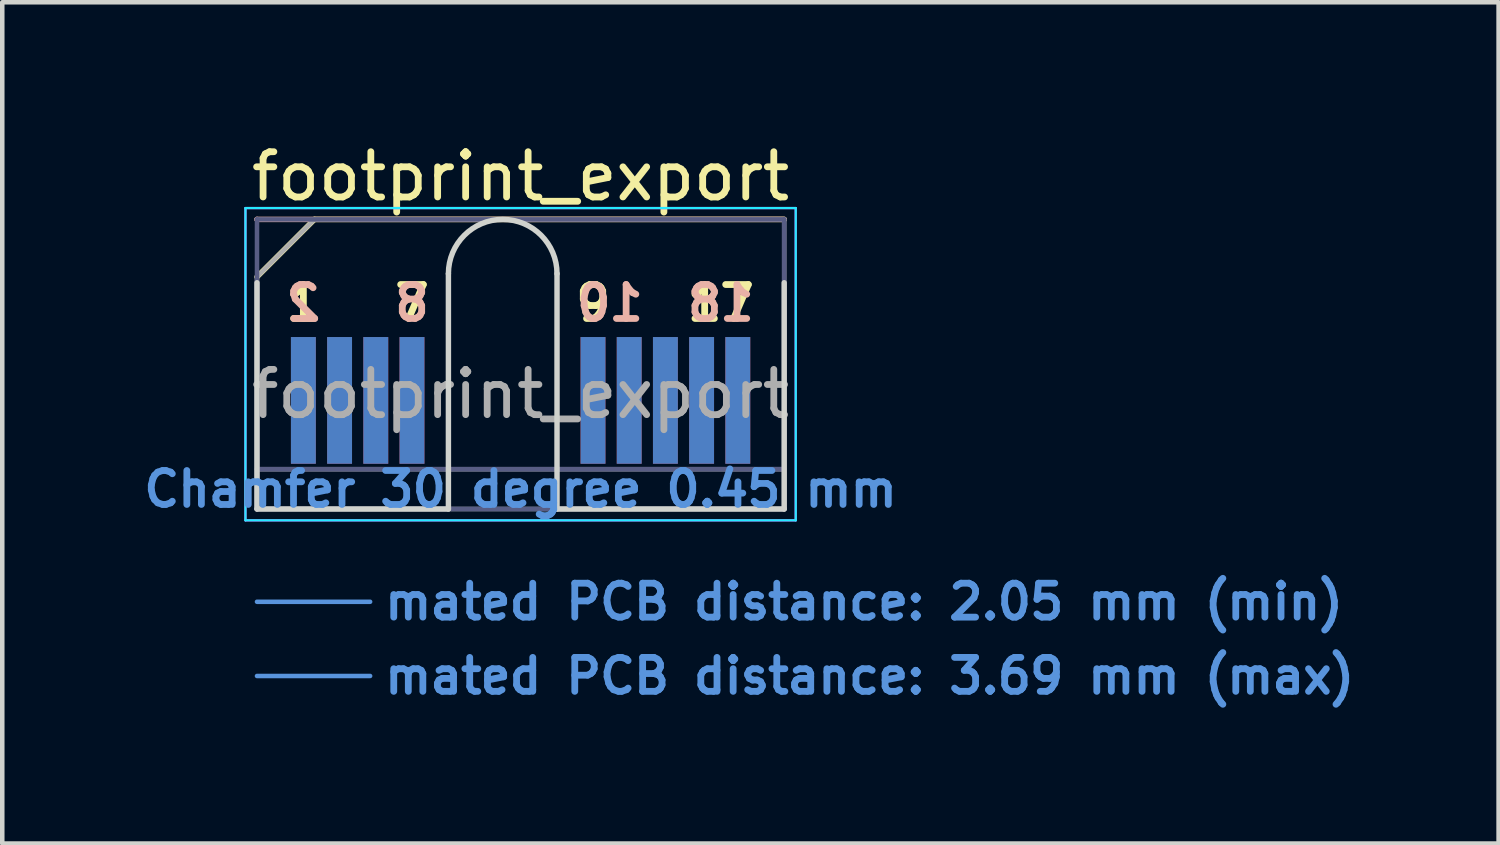
<source format=kicad_pcb>
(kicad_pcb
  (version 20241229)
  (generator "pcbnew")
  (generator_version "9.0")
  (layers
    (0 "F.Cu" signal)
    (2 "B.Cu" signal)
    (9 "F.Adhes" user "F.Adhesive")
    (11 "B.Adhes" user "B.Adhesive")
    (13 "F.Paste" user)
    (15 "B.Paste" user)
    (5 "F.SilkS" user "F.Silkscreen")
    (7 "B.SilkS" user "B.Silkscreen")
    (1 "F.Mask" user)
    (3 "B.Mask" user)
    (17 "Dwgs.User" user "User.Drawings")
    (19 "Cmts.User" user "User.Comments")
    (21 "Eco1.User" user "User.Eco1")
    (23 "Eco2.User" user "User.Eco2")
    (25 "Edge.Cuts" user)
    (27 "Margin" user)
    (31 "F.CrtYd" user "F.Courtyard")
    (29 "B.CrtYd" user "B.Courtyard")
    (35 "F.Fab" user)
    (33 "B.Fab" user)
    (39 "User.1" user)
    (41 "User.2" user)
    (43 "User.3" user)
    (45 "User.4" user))
  (footprint "footprint_export"
    (layer "F.Cu")
    (at 8.454 8.198)
    (property "Reference" "footprint_export" (at 0 -7.35 0) (layer "F.SilkS") (effects (font (size 1 1) (thickness 0.15))))
    (attr exclude_from_pos_files exclude_from_bom)
    (fp_line (start -5.825 -5.13) (end -4.555 -6.4) (stroke (width 0.12) (type solid)) (layer "F.SilkS"))
    (fp_line (start -4.555 -6.4) (end 5.825 -6.4) (stroke (width 0.12) (type solid)) (layer "F.SilkS"))
    (fp_line (start -5.825 -6.4) (end -5.825 -6.4) (stroke (width 0.12) (type solid)) (layer "B.SilkS"))
    (fp_line (start -5.825 -6.4) (end 5.825 -6.4) (stroke (width 0.12) (type solid)) (layer "B.SilkS"))
    (fp_line (start -5.825 2.05) (end -3.325 2.05) (stroke (width 0.1) (type solid)) (layer "Cmts.User"))
    (fp_line (start -5.825 3.69) (end -3.325 3.69) (stroke (width 0.1) (type solid)) (layer "Cmts.User"))
    (fp_line (start -5.825 -5) (end -5.825 0) (stroke (width 0.12) (type solid)) (layer "Edge.Cuts"))
    (fp_line (start -5.825 0) (end -1.595 0) (stroke (width 0.12) (type solid)) (layer "Edge.Cuts"))
    (fp_line (start -1.595 0) (end -1.595 -5.2) (stroke (width 0.12) (type solid)) (layer "Edge.Cuts"))
    (fp_line (start 0.805 -5.2) (end 0.805 0) (stroke (width 0.12) (type solid)) (layer "Edge.Cuts"))
    (fp_line (start 0.805 0) (end 5.825 0) (stroke (width 0.12) (type solid)) (layer "Edge.Cuts"))
    (fp_line (start 5.825 0) (end 5.825 -5) (stroke (width 0.12) (type solid)) (layer "Edge.Cuts"))
    (fp_arc (start -1.595 -5.2) (mid -0.395 -6.4) (end 0.805 -5.2) (stroke (width 0.12) (type solid)) (layer "Edge.Cuts"))
    (fp_line (start -6.08 -6.65) (end -6.08 0.25) (stroke (width 0.05) (type solid)) (layer "B.CrtYd"))
    (fp_line (start -6.08 0.25) (end 6.08 0.25) (stroke (width 0.05) (type solid)) (layer "B.CrtYd"))
    (fp_line (start 6.08 -6.65) (end -6.08 -6.65) (stroke (width 0.05) (type solid)) (layer "B.CrtYd"))
    (fp_line (start 6.08 0.25) (end 6.08 -6.65) (stroke (width 0.05) (type solid)) (layer "B.CrtYd"))
    (fp_line (start -6.08 -6.65) (end -6.08 0.25) (stroke (width 0.05) (type solid)) (layer "F.CrtYd"))
    (fp_line (start -6.08 0.25) (end 6.08 0.25) (stroke (width 0.05) (type solid)) (layer "F.CrtYd"))
    (fp_line (start 6.08 -6.65) (end -6.08 -6.65) (stroke (width 0.05) (type solid)) (layer "F.CrtYd"))
    (fp_line (start 6.08 0.25) (end 6.08 -6.65) (stroke (width 0.05) (type solid)) (layer "F.CrtYd"))
    (fp_line (start -5.825 -6.4) (end -5.825 -6.4) (stroke (width 0.1) (type solid)) (layer "B.Fab"))
    (fp_line (start -5.825 -6.4) (end -5.825 0) (stroke (width 0.1) (type solid)) (layer "B.Fab"))
    (fp_line (start -5.825 -6.4) (end 5.825 -6.4) (stroke (width 0.1) (type solid)) (layer "B.Fab"))
    (fp_line (start -5.825 -0.88) (end 5.825 -0.88) (stroke (width 0.1) (type solid)) (layer "B.Fab"))
    (fp_line (start -5.825 0) (end 5.825 0) (stroke (width 0.1) (type solid)) (layer "B.Fab"))
    (fp_line (start 5.825 -6.4) (end 5.825 0) (stroke (width 0.1) (type solid)) (layer "B.Fab"))
    (fp_line (start -5.825 -5.13) (end -5.825 0) (stroke (width 0.1) (type solid)) (layer "F.Fab"))
    (fp_line (start -5.825 -5.13) (end -4.555 -6.4) (stroke (width 0.1) (type solid)) (layer "F.Fab"))
    (fp_line (start -5.825 -0.88) (end 5.825 -0.88) (stroke (width 0.1) (type solid)) (layer "F.Fab"))
    (fp_line (start -5.825 0) (end 5.825 0) (stroke (width 0.1) (type solid)) (layer "F.Fab"))
    (fp_line (start -4.555 -6.4) (end 5.825 -6.4) (stroke (width 0.1) (type solid)) (layer "F.Fab"))
    (fp_line (start 5.825 -6.4) (end 5.825 0) (stroke (width 0.1) (type solid)) (layer "F.Fab"))
    (fp_text user "1" (at -4.8 -4.55 0) (layer "F.SilkS") (effects (font (size 0.75 0.75) (thickness 0.15))))
    (fp_text user "7" (at -2.4 -4.55 0) (layer "F.SilkS") (effects (font (size 0.75 0.75) (thickness 0.15))))
    (fp_text user "17" (at 4.425 -4.55 0) (layer "F.SilkS") (effects (font (size 0.75 0.75) (thickness 0.15))))
    (fp_text user "9" (at 1.6 -4.55 0) (layer "F.SilkS") (effects (font (size 0.75 0.75) (thickness 0.15))))
    (fp_text user "2" (at -4.8 -4.55 0) (layer "B.SilkS") (effects (font (size 0.75 0.75) (thickness 0.15)) (justify mirror)))
    (fp_text user "10" (at 1.975 -4.55 0) (layer "B.SilkS") (effects (font (size 0.75 0.75) (thickness 0.15)) (justify mirror)))
    (fp_text user "18" (at 4.425 -4.55 0) (layer "B.SilkS") (effects (font (size 0.75 0.75) (thickness 0.15)) (justify mirror)))
    (fp_text user "8" (at -2.4 -4.55 0) (layer "B.SilkS") (effects (font (size 0.75 0.75) (thickness 0.15)) (justify mirror)))
    (fp_text user "Chamfer 30 degree 0.45 mm" (at 0 -0.44 0) (layer "Cmts.User") (effects (font (size 0.75 0.75) (thickness 0.15))))
    (fp_text user "mated PCB distance: 3.69 mm (max)" (at -3.08 3.69 0) (layer "Cmts.User") (effects (font (size 0.75 0.75) (thickness 0.15)) (justify left)))
    (fp_text user "mated PCB distance: 2.05 mm (min)" (at -3.08 2.05 0) (layer "Cmts.User") (effects (font (size 0.75 0.75) (thickness 0.15)) (justify left)))
    (fp_text user "${REFERENCE}" (at 0 -2.54 0) (layer "F.Fab") (effects (font (size 1 1) (thickness 0.15))))
    (pad "1" connect rect (at -4.8 -2.4) (size 0.55 2.8) (layers "F.Cu" "F.Mask"))
    (pad "2" connect rect (at -4.8 -2.4) (size 0.55 2.8) (layers "B.Cu" "B.Mask"))
    (pad "3" connect rect (at -4 -2.4) (size 0.55 2.8) (layers "F.Cu" "F.Mask"))
    (pad "4" connect rect (at -4 -2.4) (size 0.55 2.8) (layers "B.Cu" "B.Mask"))
    (pad "5" connect rect (at -3.2 -2.4) (size 0.55 2.8) (layers "F.Cu" "F.Mask"))
    (pad "6" connect rect (at -3.2 -2.4) (size 0.55 2.8) (layers "B.Cu" "B.Mask"))
    (pad "7" connect rect (at -2.4 -2.4) (size 0.55 2.8) (layers "F.Cu" "F.Mask"))
    (pad "8" connect rect (at -2.4 -2.4) (size 0.55 2.8) (layers "B.Cu" "B.Mask"))
    (pad "9" connect rect (at 1.6 -2.4) (size 0.55 2.8) (layers "F.Cu" "F.Mask"))
    (pad "10" connect rect (at 1.6 -2.4) (size 0.55 2.8) (layers "B.Cu" "B.Mask"))
    (pad "11" connect rect (at 2.4 -2.4) (size 0.55 2.8) (layers "F.Cu" "F.Mask"))
    (pad "12" connect rect (at 2.4 -2.4) (size 0.55 2.8) (layers "B.Cu" "B.Mask"))
    (pad "13" connect rect (at 3.2 -2.4) (size 0.55 2.8) (layers "F.Cu" "F.Mask"))
    (pad "14" connect rect (at 3.2 -2.4) (size 0.55 2.8) (layers "B.Cu" "B.Mask"))
    (pad "15" connect rect (at 4 -2.4) (size 0.55 2.8) (layers "F.Cu" "F.Mask"))
    (pad "16" connect rect (at 4 -2.4) (size 0.55 2.8) (layers "B.Cu" "B.Mask"))
    (pad "17" connect rect (at 4.8 -2.4) (size 0.55 2.8) (layers "F.Cu" "F.Mask"))
    (pad "18" connect rect (at 4.8 -2.4) (size 0.55 2.8) (layers "B.Cu" "B.Mask")))
  (gr_rect
    (start -3 -3)
    (end 30.066 15.59)
    (stroke (width 0.1) (type default))
    (fill no)
    (layer "Edge.Cuts")))
</source>
